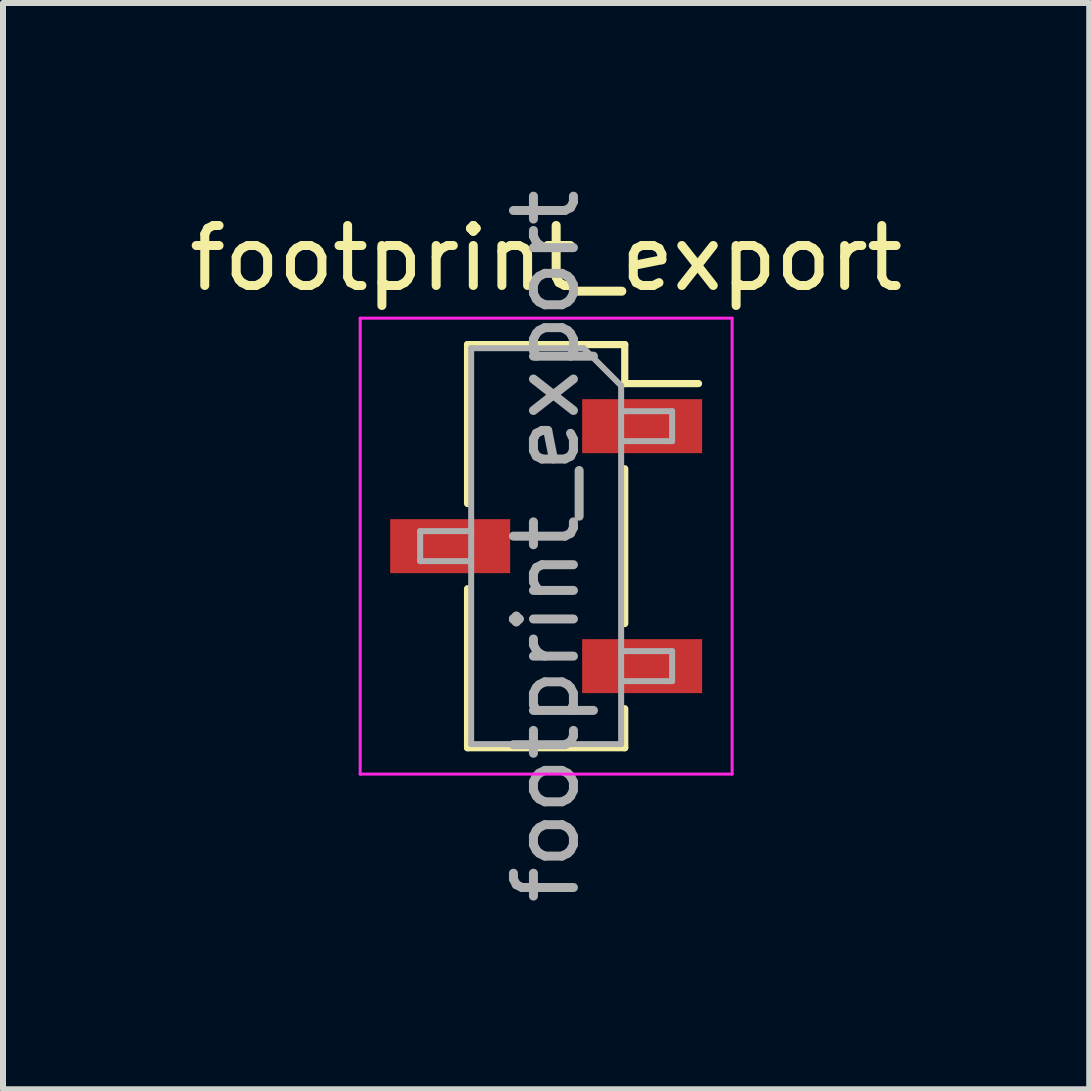
<source format=kicad_pcb>
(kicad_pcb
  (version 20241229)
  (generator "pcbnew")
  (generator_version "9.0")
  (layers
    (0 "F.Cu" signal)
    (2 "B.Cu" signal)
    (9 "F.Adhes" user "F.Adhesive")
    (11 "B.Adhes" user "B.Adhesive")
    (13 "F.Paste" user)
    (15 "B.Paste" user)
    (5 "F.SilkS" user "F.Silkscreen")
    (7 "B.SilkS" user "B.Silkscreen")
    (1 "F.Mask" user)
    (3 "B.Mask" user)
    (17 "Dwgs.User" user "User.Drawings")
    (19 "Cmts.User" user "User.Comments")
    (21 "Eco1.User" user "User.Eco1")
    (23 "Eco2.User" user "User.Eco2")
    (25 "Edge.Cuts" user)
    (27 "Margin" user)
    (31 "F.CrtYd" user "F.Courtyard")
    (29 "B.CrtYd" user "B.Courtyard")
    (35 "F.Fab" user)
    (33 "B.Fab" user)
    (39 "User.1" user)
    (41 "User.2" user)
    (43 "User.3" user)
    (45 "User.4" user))
  (footprint "footprint_export"
    (layer "F.Cu")
    (at 6.054 6.054)
    (property "Reference" "footprint_export" (at 0 -4.8 0) (layer "F.SilkS") (effects (font (size 1 1) (thickness 0.15))))
    (attr smd)
    (fp_line (start -1.31 -3.36) (end -1.31 -0.71) (stroke (width 0.12) (type solid)) (layer "F.SilkS"))
    (fp_line (start -1.31 -3.36) (end 1.31 -3.36) (stroke (width 0.12) (type solid)) (layer "F.SilkS"))
    (fp_line (start -1.31 0.71) (end -1.31 3.36) (stroke (width 0.12) (type solid)) (layer "F.SilkS"))
    (fp_line (start -1.31 3.36) (end 1.31 3.36) (stroke (width 0.12) (type solid)) (layer "F.SilkS"))
    (fp_line (start 1.31 -3.36) (end 1.31 -2.71) (stroke (width 0.12) (type solid)) (layer "F.SilkS"))
    (fp_line (start 1.31 -2.71) (end 2.54 -2.71) (stroke (width 0.12) (type solid)) (layer "F.SilkS"))
    (fp_line (start 1.31 -1.29) (end 1.31 1.29) (stroke (width 0.12) (type solid)) (layer "F.SilkS"))
    (fp_line (start 1.31 2.71) (end 1.31 3.36) (stroke (width 0.12) (type solid)) (layer "F.SilkS"))
    (fp_line (start -3.1 -3.8) (end 3.1 -3.8) (stroke (width 0.05) (type solid)) (layer "F.CrtYd"))
    (fp_line (start -3.1 3.8) (end -3.1 -3.8) (stroke (width 0.05) (type solid)) (layer "F.CrtYd"))
    (fp_line (start 3.1 -3.8) (end 3.1 3.8) (stroke (width 0.05) (type solid)) (layer "F.CrtYd"))
    (fp_line (start 3.1 3.8) (end -3.1 3.8) (stroke (width 0.05) (type solid)) (layer "F.CrtYd"))
    (fp_line (start -2.1 -0.25) (end -1.25 -0.25) (stroke (width 0.1) (type solid)) (layer "F.Fab"))
    (fp_line (start -2.1 0.25) (end -2.1 -0.25) (stroke (width 0.1) (type solid)) (layer "F.Fab"))
    (fp_line (start -1.25 -3.3) (end 0.625 -3.3) (stroke (width 0.1) (type solid)) (layer "F.Fab"))
    (fp_line (start -1.25 0.25) (end -2.1 0.25) (stroke (width 0.1) (type solid)) (layer "F.Fab"))
    (fp_line (start -1.25 3.3) (end -1.25 -3.3) (stroke (width 0.1) (type solid)) (layer "F.Fab"))
    (fp_line (start 0.625 -3.3) (end 1.25 -2.675) (stroke (width 0.1) (type solid)) (layer "F.Fab"))
    (fp_line (start 1.25 -2.675) (end 1.25 3.3) (stroke (width 0.1) (type solid)) (layer "F.Fab"))
    (fp_line (start 1.25 -2.25) (end 2.1 -2.25) (stroke (width 0.1) (type solid)) (layer "F.Fab"))
    (fp_line (start 1.25 1.75) (end 2.1 1.75) (stroke (width 0.1) (type solid)) (layer "F.Fab"))
    (fp_line (start 1.25 3.3) (end -1.25 3.3) (stroke (width 0.1) (type solid)) (layer "F.Fab"))
    (fp_line (start 2.1 -2.25) (end 2.1 -1.75) (stroke (width 0.1) (type solid)) (layer "F.Fab"))
    (fp_line (start 2.1 -1.75) (end 1.25 -1.75) (stroke (width 0.1) (type solid)) (layer "F.Fab"))
    (fp_line (start 2.1 1.75) (end 2.1 2.25) (stroke (width 0.1) (type solid)) (layer "F.Fab"))
    (fp_line (start 2.1 2.25) (end 1.25 2.25) (stroke (width 0.1) (type solid)) (layer "F.Fab"))
    (fp_text user "${REFERENCE}" (at 0 0 90) (layer "F.Fab") (effects (font (size 1 1) (thickness 0.15))))
    (pad "1" smd rect (at 1.6 -2) (size 2 0.9) (layers "F.Cu" "F.Mask" "F.Paste"))
    (pad "2" smd rect (at -1.6 0) (size 2 0.9) (layers "F.Cu" "F.Mask" "F.Paste"))
    (pad "3" smd rect (at 1.6 2) (size 2 0.9) (layers "F.Cu" "F.Mask" "F.Paste")))
  (gr_rect
    (start -3 -3)
    (end 15.107 15.107)
    (stroke (width 0.1) (type default))
    (fill no)
    (layer "Edge.Cuts")))
</source>
